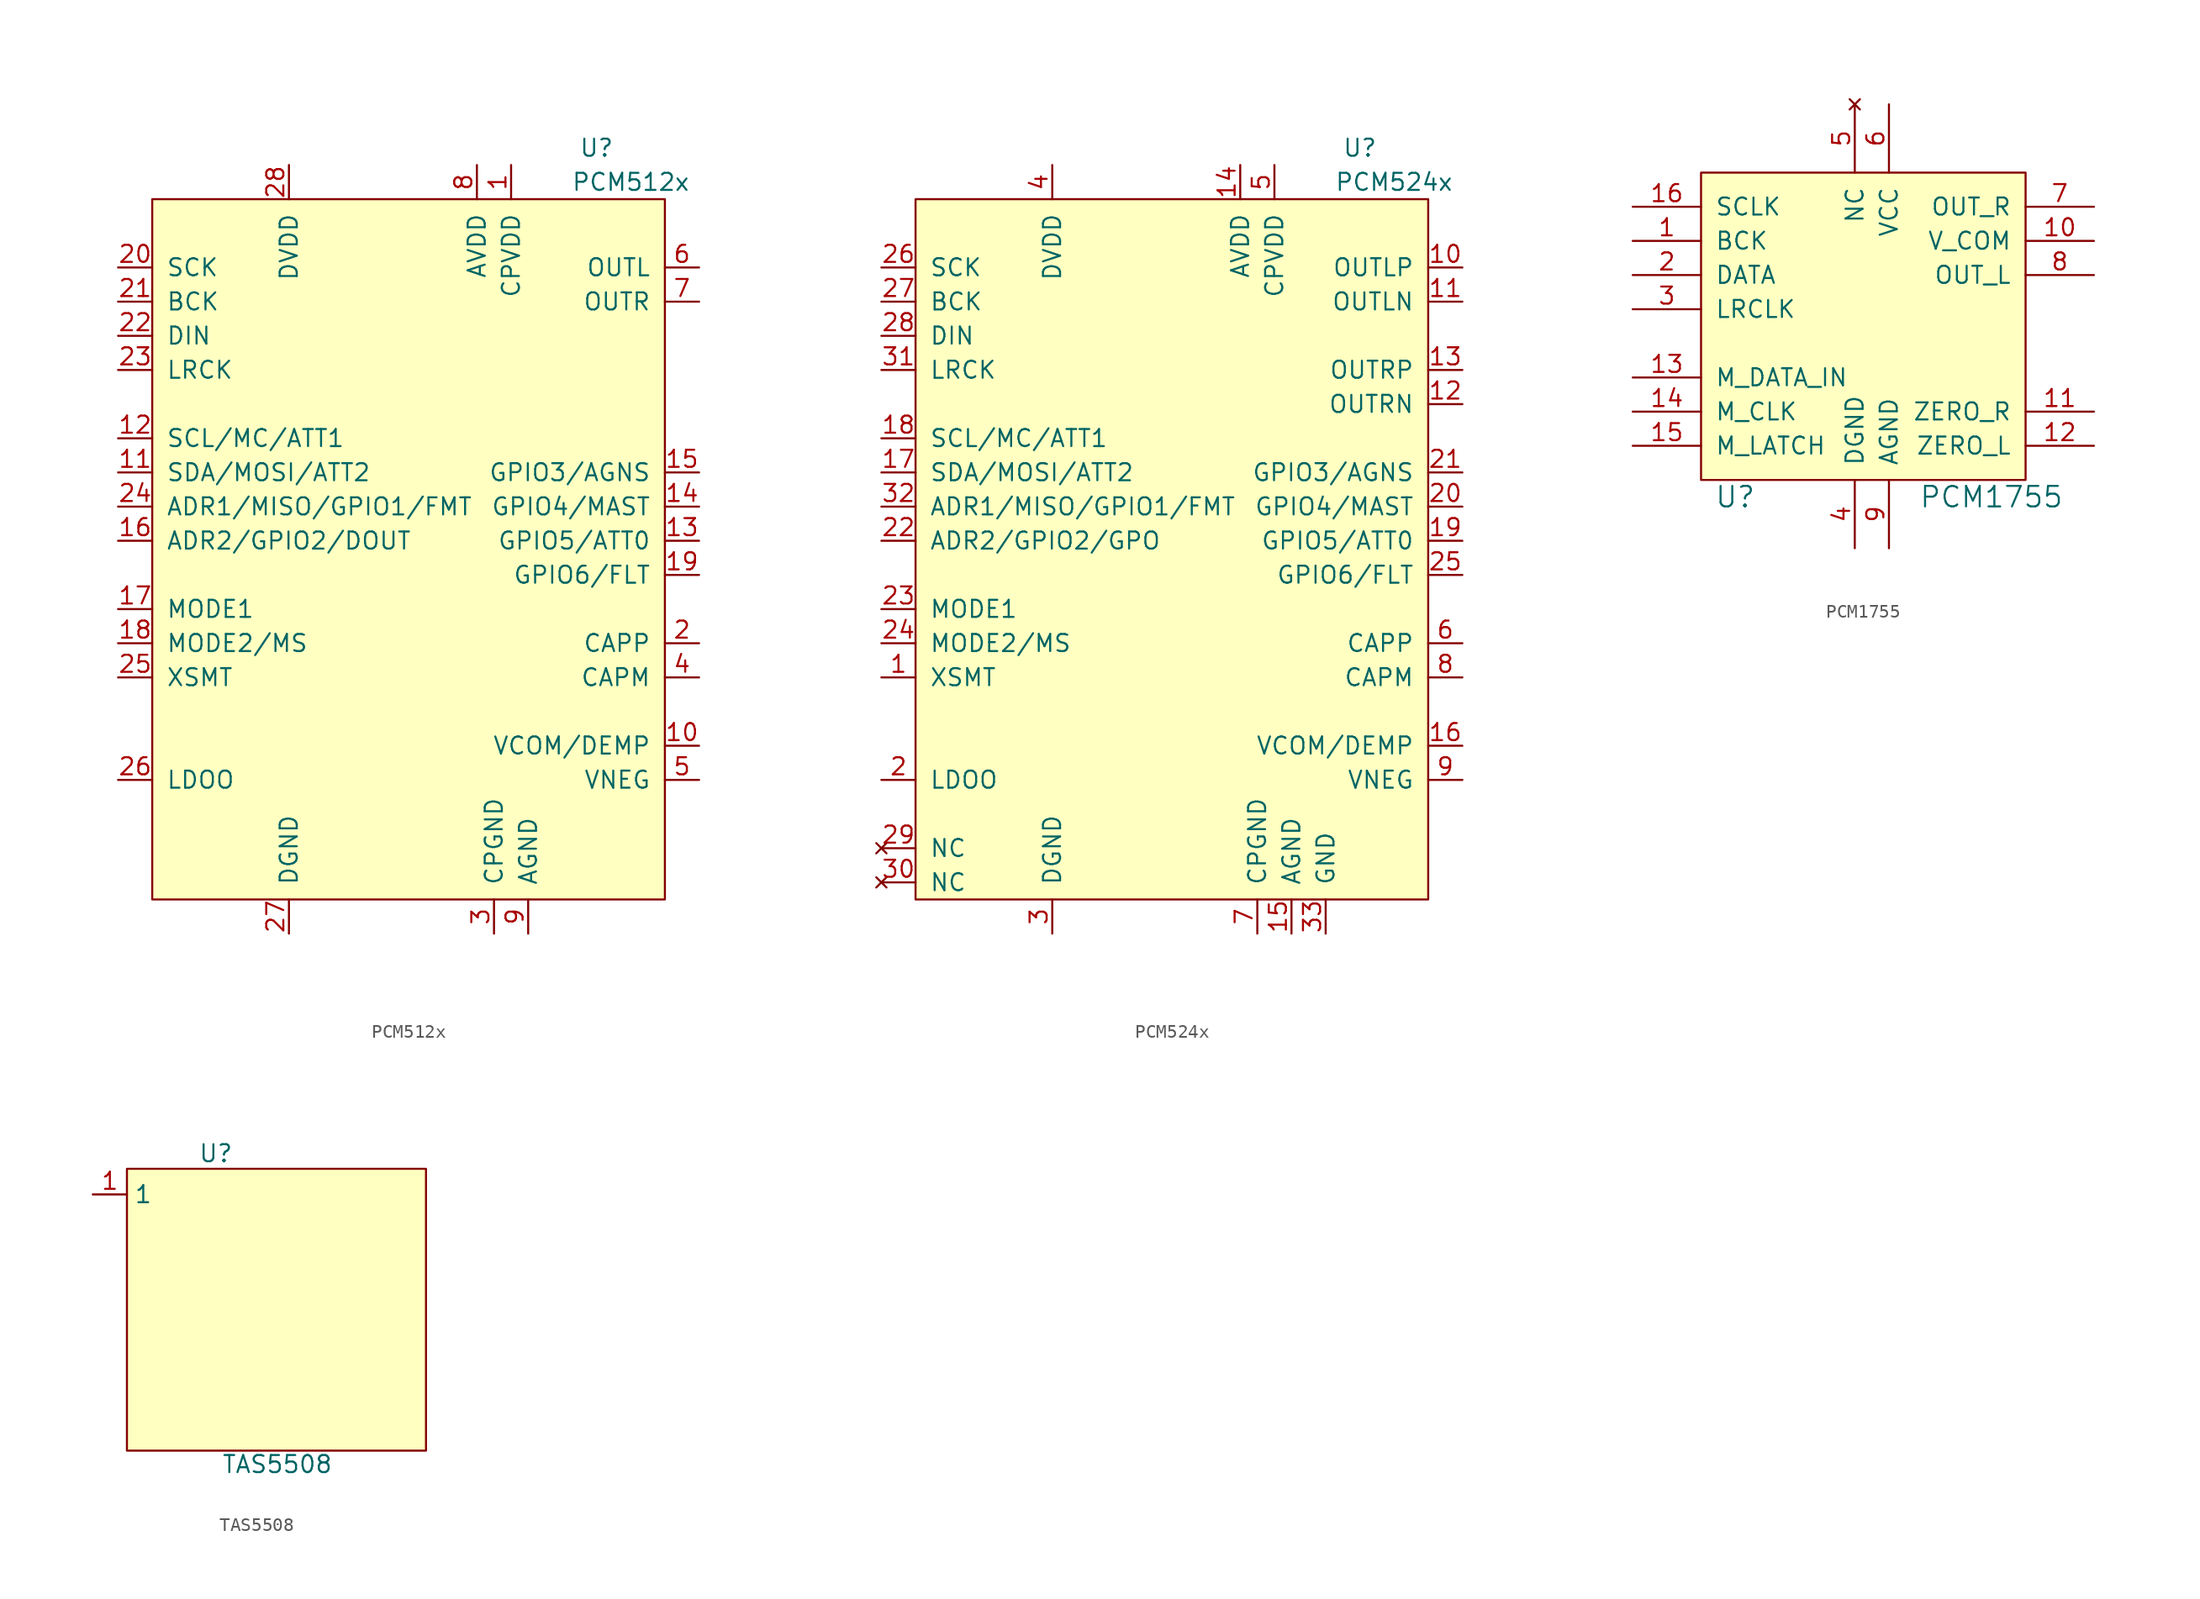
<source format=kicad_sym>
(kicad_symbol_lib
  (version 20231120)
  (generator "kicad_symbol_editor")
  (generator_version "8.0")
  (symbol "PCM512x"
    (pin_names
      (offset 1.016))
    (property "Reference" "U"
      (at 33.02 55.88 0)
      (effects (font (size 1.27 1.27))))
    (property "Value" "PCM512x"
      (at 35.56 53.34 0)
      (effects (font (size 1.27 1.27))))
    (symbol "PCM512x_0_1"
      (rectangle (start 0 0) (end 38.1 52.07) (stroke (width 0) (type default)) (fill (type background))))
    (symbol "PCM512x_1_1"
      (pin power_in line (at 26.67 54.61 270) (length 2.54) (name "CPVDD" (effects (font (size 1.27 1.27)))) (number "1" (effects (font (size 1.27 1.27)))))
      (pin output line (at 40.64 11.43 180) (length 2.54) (name "VCOM/DEMP" (effects (font (size 1.27 1.27)))) (number "10" (effects (font (size 1.27 1.27)))))
      (pin input line (at -2.54 31.75 0) (length 2.54) (name "SDA/MOSI/ATT2" (effects (font (size 1.27 1.27)))) (number "11" (effects (font (size 1.27 1.27)))))
      (pin input line (at -2.54 34.29 0) (length 2.54) (name "SCL/MC/ATT1" (effects (font (size 1.27 1.27)))) (number "12" (effects (font (size 1.27 1.27)))))
      (pin bidirectional line (at 40.64 26.67 180) (length 2.54) (name "GPIO5/ATT0" (effects (font (size 1.27 1.27)))) (number "13" (effects (font (size 1.27 1.27)))))
      (pin bidirectional line (at 40.64 29.21 180) (length 2.54) (name "GPIO4/MAST" (effects (font (size 1.27 1.27)))) (number "14" (effects (font (size 1.27 1.27)))))
      (pin bidirectional line (at 40.64 31.75 180) (length 2.54) (name "GPIO3/AGNS" (effects (font (size 1.27 1.27)))) (number "15" (effects (font (size 1.27 1.27)))))
      (pin bidirectional line (at -2.54 26.67 0) (length 2.54) (name "ADR2/GPIO2/DOUT" (effects (font (size 1.27 1.27)))) (number "16" (effects (font (size 1.27 1.27)))))
      (pin input line (at -2.54 21.59 0) (length 2.54) (name "MODE1" (effects (font (size 1.27 1.27)))) (number "17" (effects (font (size 1.27 1.27)))))
      (pin input line (at -2.54 19.05 0) (length 2.54) (name "MODE2/MS" (effects (font (size 1.27 1.27)))) (number "18" (effects (font (size 1.27 1.27)))))
      (pin bidirectional line (at 40.64 24.13 180) (length 2.54) (name "GPIO6/FLT" (effects (font (size 1.27 1.27)))) (number "19" (effects (font (size 1.27 1.27)))))
      (pin power_out line (at 40.64 19.05 180) (length 2.54) (name "CAPP" (effects (font (size 1.27 1.27)))) (number "2" (effects (font (size 1.27 1.27)))))
      (pin input line (at -2.54 46.99 0) (length 2.54) (name "SCK" (effects (font (size 1.27 1.27)))) (number "20" (effects (font (size 1.27 1.27)))))
      (pin bidirectional line (at -2.54 44.45 0) (length 2.54) (name "BCK" (effects (font (size 1.27 1.27)))) (number "21" (effects (font (size 1.27 1.27)))))
      (pin input line (at -2.54 41.91 0) (length 2.54) (name "DIN" (effects (font (size 1.27 1.27)))) (number "22" (effects (font (size 1.27 1.27)))))
      (pin input line (at -2.54 39.37 0) (length 2.54) (name "LRCK" (effects (font (size 1.27 1.27)))) (number "23" (effects (font (size 1.27 1.27)))))
      (pin input line (at -2.54 29.21 0) (length 2.54) (name "ADR1/MISO/GPIO1/FMT" (effects (font (size 1.27 1.27)))) (number "24" (effects (font (size 1.27 1.27)))))
      (pin input line (at -2.54 16.51 0) (length 2.54) (name "XSMT" (effects (font (size 1.27 1.27)))) (number "25" (effects (font (size 1.27 1.27)))))
      (pin power_out line (at -2.54 8.89 0) (length 2.54) (name "LDOO" (effects (font (size 1.27 1.27)))) (number "26" (effects (font (size 1.27 1.27)))))
      (pin power_in line (at 10.16 -2.54 90) (length 2.54) (name "DGND" (effects (font (size 1.27 1.27)))) (number "27" (effects (font (size 1.27 1.27)))))
      (pin power_in line (at 10.16 54.61 270) (length 2.54) (name "DVDD" (effects (font (size 1.27 1.27)))) (number "28" (effects (font (size 1.27 1.27)))))
      (pin power_in line (at 25.4 -2.54 90) (length 2.54) (name "CPGND" (effects (font (size 1.27 1.27)))) (number "3" (effects (font (size 1.27 1.27)))))
      (pin power_out line (at 40.64 16.51 180) (length 2.54) (name "CAPM" (effects (font (size 1.27 1.27)))) (number "4" (effects (font (size 1.27 1.27)))))
      (pin power_out line (at 40.64 8.89 180) (length 2.54) (name "VNEG" (effects (font (size 1.27 1.27)))) (number "5" (effects (font (size 1.27 1.27)))))
      (pin output line (at 40.64 46.99 180) (length 2.54) (name "OUTL" (effects (font (size 1.27 1.27)))) (number "6" (effects (font (size 1.27 1.27)))))
      (pin output line (at 40.64 44.45 180) (length 2.54) (name "OUTR" (effects (font (size 1.27 1.27)))) (number "7" (effects (font (size 1.27 1.27)))))
      (pin power_in line (at 24.13 54.61 270) (length 2.54) (name "AVDD" (effects (font (size 1.27 1.27)))) (number "8" (effects (font (size 1.27 1.27)))))
      (pin power_in line (at 27.94 -2.54 90) (length 2.54) (name "AGND" (effects (font (size 1.27 1.27)))) (number "9" (effects (font (size 1.27 1.27)))))))
  (symbol "PCM524x"
    (pin_names
      (offset 1.016))
    (property "Reference" "U"
      (at 33.02 55.88 0)
      (effects (font (size 1.27 1.27))))
    (property "Value" "PCM524x"
      (at 35.56 53.34 0)
      (effects (font (size 1.27 1.27))))
    (symbol "PCM524x_0_1"
      (rectangle (start 0 0) (end 38.1 52.07) (stroke (width 0) (type default)) (fill (type background))))
    (symbol "PCM524x_1_1"
      (pin input line (at -2.54 16.51 0) (length 2.54) (name "XSMT" (effects (font (size 1.27 1.27)))) (number "1" (effects (font (size 1.27 1.27)))))
      (pin output line (at 40.64 46.99 180) (length 2.54) (name "OUTLP" (effects (font (size 1.27 1.27)))) (number "10" (effects (font (size 1.27 1.27)))))
      (pin output line (at 40.64 44.45 180) (length 2.54) (name "OUTLN" (effects (font (size 1.27 1.27)))) (number "11" (effects (font (size 1.27 1.27)))))
      (pin output line (at 40.64 36.83 180) (length 2.54) (name "OUTRN" (effects (font (size 1.27 1.27)))) (number "12" (effects (font (size 1.27 1.27)))))
      (pin output line (at 40.64 39.37 180) (length 2.54) (name "OUTRP" (effects (font (size 1.27 1.27)))) (number "13" (effects (font (size 1.27 1.27)))))
      (pin power_in line (at 24.13 54.61 270) (length 2.54) (name "AVDD" (effects (font (size 1.27 1.27)))) (number "14" (effects (font (size 1.27 1.27)))))
      (pin power_in line (at 27.94 -2.54 90) (length 2.54) (name "AGND" (effects (font (size 1.27 1.27)))) (number "15" (effects (font (size 1.27 1.27)))))
      (pin output line (at 40.64 11.43 180) (length 2.54) (name "VCOM/DEMP" (effects (font (size 1.27 1.27)))) (number "16" (effects (font (size 1.27 1.27)))))
      (pin input line (at -2.54 31.75 0) (length 2.54) (name "SDA/MOSI/ATT2" (effects (font (size 1.27 1.27)))) (number "17" (effects (font (size 1.27 1.27)))))
      (pin input line (at -2.54 34.29 0) (length 2.54) (name "SCL/MC/ATT1" (effects (font (size 1.27 1.27)))) (number "18" (effects (font (size 1.27 1.27)))))
      (pin bidirectional line (at 40.64 26.67 180) (length 2.54) (name "GPIO5/ATT0" (effects (font (size 1.27 1.27)))) (number "19" (effects (font (size 1.27 1.27)))))
      (pin power_out line (at -2.54 8.89 0) (length 2.54) (name "LDOO" (effects (font (size 1.27 1.27)))) (number "2" (effects (font (size 1.27 1.27)))))
      (pin bidirectional line (at 40.64 29.21 180) (length 2.54) (name "GPIO4/MAST" (effects (font (size 1.27 1.27)))) (number "20" (effects (font (size 1.27 1.27)))))
      (pin bidirectional line (at 40.64 31.75 180) (length 2.54) (name "GPIO3/AGNS" (effects (font (size 1.27 1.27)))) (number "21" (effects (font (size 1.27 1.27)))))
      (pin bidirectional line (at -2.54 26.67 0) (length 2.54) (name "ADR2/GPIO2/GPO" (effects (font (size 1.27 1.27)))) (number "22" (effects (font (size 1.27 1.27)))))
      (pin input line (at -2.54 21.59 0) (length 2.54) (name "MODE1" (effects (font (size 1.27 1.27)))) (number "23" (effects (font (size 1.27 1.27)))))
      (pin input line (at -2.54 19.05 0) (length 2.54) (name "MODE2/MS" (effects (font (size 1.27 1.27)))) (number "24" (effects (font (size 1.27 1.27)))))
      (pin bidirectional line (at 40.64 24.13 180) (length 2.54) (name "GPIO6/FLT" (effects (font (size 1.27 1.27)))) (number "25" (effects (font (size 1.27 1.27)))))
      (pin input line (at -2.54 46.99 0) (length 2.54) (name "SCK" (effects (font (size 1.27 1.27)))) (number "26" (effects (font (size 1.27 1.27)))))
      (pin bidirectional line (at -2.54 44.45 0) (length 2.54) (name "BCK" (effects (font (size 1.27 1.27)))) (number "27" (effects (font (size 1.27 1.27)))))
      (pin input line (at -2.54 41.91 0) (length 2.54) (name "DIN" (effects (font (size 1.27 1.27)))) (number "28" (effects (font (size 1.27 1.27)))))
      (pin no_connect line (at -2.54 3.81 0) (length 2.54) (name "NC" (effects (font (size 1.27 1.27)))) (number "29" (effects (font (size 1.27 1.27)))))
      (pin power_in line (at 10.16 -2.54 90) (length 2.54) (name "DGND" (effects (font (size 1.27 1.27)))) (number "3" (effects (font (size 1.27 1.27)))))
      (pin no_connect line (at -2.54 1.27 0) (length 2.54) (name "NC" (effects (font (size 1.27 1.27)))) (number "30" (effects (font (size 1.27 1.27)))))
      (pin input line (at -2.54 39.37 0) (length 2.54) (name "LRCK" (effects (font (size 1.27 1.27)))) (number "31" (effects (font (size 1.27 1.27)))))
      (pin input line (at -2.54 29.21 0) (length 2.54) (name "ADR1/MISO/GPIO1/FMT" (effects (font (size 1.27 1.27)))) (number "32" (effects (font (size 1.27 1.27)))))
      (pin power_in line (at 30.48 -2.54 90) (length 2.54) (name "GND" (effects (font (size 1.27 1.27)))) (number "33" (effects (font (size 1.27 1.27)))))
      (pin power_in line (at 10.16 54.61 270) (length 2.54) (name "DVDD" (effects (font (size 1.27 1.27)))) (number "4" (effects (font (size 1.27 1.27)))))
      (pin power_in line (at 26.67 54.61 270) (length 2.54) (name "CPVDD" (effects (font (size 1.27 1.27)))) (number "5" (effects (font (size 1.27 1.27)))))
      (pin power_out line (at 40.64 19.05 180) (length 2.54) (name "CAPP" (effects (font (size 1.27 1.27)))) (number "6" (effects (font (size 1.27 1.27)))))
      (pin power_in line (at 25.4 -2.54 90) (length 2.54) (name "CPGND" (effects (font (size 1.27 1.27)))) (number "7" (effects (font (size 1.27 1.27)))))
      (pin power_out line (at 40.64 16.51 180) (length 2.54) (name "CAPM" (effects (font (size 1.27 1.27)))) (number "8" (effects (font (size 1.27 1.27)))))
      (pin power_out line (at 40.64 8.89 180) (length 2.54) (name "VNEG" (effects (font (size 1.27 1.27)))) (number "9" (effects (font (size 1.27 1.27)))))))
  (symbol "PCM1755"
    (pin_names
      (offset 1.016))
    (property "Reference" "U"
      (at 2.54 -1.27 0)
      (effects (font (size 1.524 1.524))))
    (property "Value" "PCM1755"
      (at 21.59 -1.27 0)
      (effects (font (size 1.524 1.524))))
    (property "Footprint" ""
      (at 0 0 0)
      (effects (font (size 1.524 1.524))))
    (property "Datasheet" ""
      (at 0 0 0)
      (effects (font (size 1.524 1.524))))
    (symbol "PCM1755_0_1"
      (rectangle (start 0 0) (end 24.13 22.86) (stroke (width 0) (type default)) (fill (type background))))
    (symbol "PCM1755_1_1"
      (pin input line (at -5.08 17.78 0) (length 5.08) (name "BCK" (effects (font (size 1.27 1.27)))) (number "1" (effects (font (size 1.27 1.27)))))
      (pin input line (at 29.21 17.78 180) (length 5.08) (name "V_COM" (effects (font (size 1.27 1.27)))) (number "10" (effects (font (size 1.27 1.27)))))
      (pin input line (at 29.21 5.08 180) (length 5.08) (name "ZERO_R" (effects (font (size 1.27 1.27)))) (number "11" (effects (font (size 1.27 1.27)))))
      (pin input line (at 29.21 2.54 180) (length 5.08) (name "ZERO_L" (effects (font (size 1.27 1.27)))) (number "12" (effects (font (size 1.27 1.27)))))
      (pin input line (at -5.08 7.62 0) (length 5.08) (name "M_DATA_IN" (effects (font (size 1.27 1.27)))) (number "13" (effects (font (size 1.27 1.27)))))
      (pin input line (at -5.08 5.08 0) (length 5.08) (name "M_CLK" (effects (font (size 1.27 1.27)))) (number "14" (effects (font (size 1.27 1.27)))))
      (pin input line (at -5.08 2.54 0) (length 5.08) (name "M_LATCH" (effects (font (size 1.27 1.27)))) (number "15" (effects (font (size 1.27 1.27)))))
      (pin input line (at -5.08 20.32 0) (length 5.08) (name "SCLK" (effects (font (size 1.27 1.27)))) (number "16" (effects (font (size 1.27 1.27)))))
      (pin input line (at -5.08 15.24 0) (length 5.08) (name "DATA" (effects (font (size 1.27 1.27)))) (number "2" (effects (font (size 1.27 1.27)))))
      (pin input line (at -5.08 12.7 0) (length 5.08) (name "LRCLK" (effects (font (size 1.27 1.27)))) (number "3" (effects (font (size 1.27 1.27)))))
      (pin input line (at 11.43 -5.08 90) (length 5.08) (name "DGND" (effects (font (size 1.27 1.27)))) (number "4" (effects (font (size 1.27 1.27)))))
      (pin no_connect line (at 11.43 27.94 270) (length 5.08) (name "NC" (effects (font (size 1.27 1.27)))) (number "5" (effects (font (size 1.27 1.27)))))
      (pin input line (at 13.97 27.94 270) (length 5.08) (name "VCC" (effects (font (size 1.27 1.27)))) (number "6" (effects (font (size 1.27 1.27)))))
      (pin input line (at 29.21 20.32 180) (length 5.08) (name "OUT_R" (effects (font (size 1.27 1.27)))) (number "7" (effects (font (size 1.27 1.27)))))
      (pin input line (at 29.21 15.24 180) (length 5.08) (name "OUT_L" (effects (font (size 1.27 1.27)))) (number "8" (effects (font (size 1.27 1.27)))))
      (pin input line (at 13.97 -5.08 90) (length 5.08) (name "AGND" (effects (font (size 1.27 1.27)))) (number "9" (effects (font (size 1.27 1.27)))))))
  (symbol "TAS5508"
    (property "Reference" "U"
      (at 6.604 22.098 0)
      (effects (font (size 1.27 1.27))))
    (property "Value" "TAS5508"
      (at 11.176 -1.016 0)
      (effects (font (size 1.27 1.27))))
    (symbol "TAS5508_1_1"
      (rectangle (start 0 20.955) (end 22.225 0) (stroke (width 0) (type default)) (fill (type background)))
      (pin input line (at -2.54 19.05 0) (length 2.54) (name "1" (effects (font (size 1.27 1.27)))) (number "1" (effects (font (size 1.27 1.27))))))))
</source>
